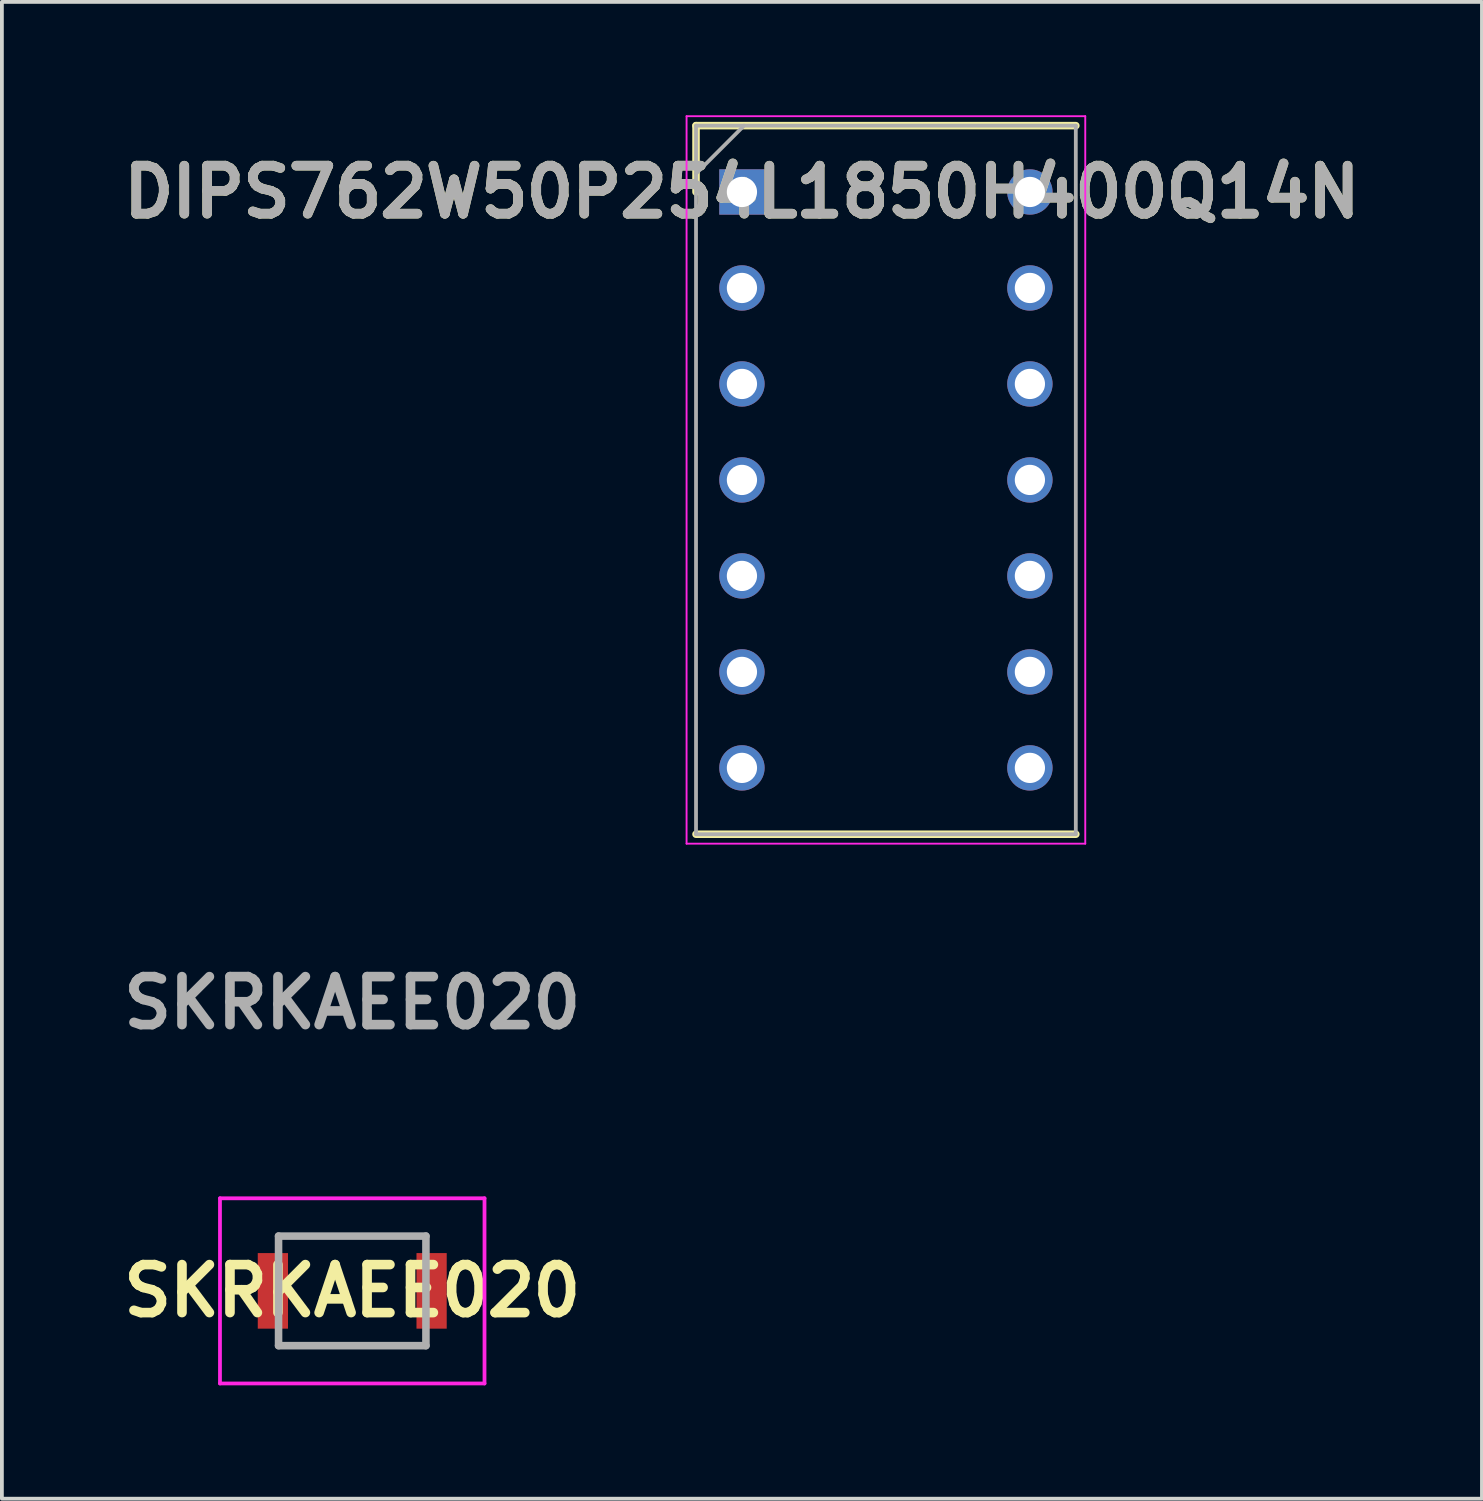
<source format=kicad_pcb>
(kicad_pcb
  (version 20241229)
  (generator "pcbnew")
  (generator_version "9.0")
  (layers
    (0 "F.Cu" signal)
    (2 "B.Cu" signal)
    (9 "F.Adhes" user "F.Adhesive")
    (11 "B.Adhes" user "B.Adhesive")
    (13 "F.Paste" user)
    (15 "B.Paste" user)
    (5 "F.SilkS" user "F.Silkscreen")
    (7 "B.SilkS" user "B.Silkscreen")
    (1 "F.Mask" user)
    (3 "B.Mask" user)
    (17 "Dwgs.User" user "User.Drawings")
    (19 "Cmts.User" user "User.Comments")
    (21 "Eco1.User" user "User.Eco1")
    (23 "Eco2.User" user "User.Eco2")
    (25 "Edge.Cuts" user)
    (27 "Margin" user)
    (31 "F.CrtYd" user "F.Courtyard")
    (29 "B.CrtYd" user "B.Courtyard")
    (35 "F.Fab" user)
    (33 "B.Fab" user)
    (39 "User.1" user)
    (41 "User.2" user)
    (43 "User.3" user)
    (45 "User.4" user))
  (footprint "DIPS762W50P254L1850H400Q14N"
    (layer "F.Cu")
    (at 16.583 2.03)
    (property "Reference" "DIPS762W50P254L1850H400Q14N" (at 0 0 0) (layer "F.SilkS") (effects (font (size 1.27 1.27) (thickness 0.254))))
    (attr through_hole)
    (fp_line (start -1.215 -1.755) (end -1.215 0) (stroke (width 0.2) (type solid)) (layer "F.SilkS"))
    (fp_line (start -1.215 16.995) (end 8.835 16.995) (stroke (width 0.2) (type solid)) (layer "F.SilkS"))
    (fp_line (start 8.835 -1.755) (end -1.215 -1.755) (stroke (width 0.2) (type solid)) (layer "F.SilkS"))
    (fp_line (start -1.465 -2.005) (end 9.085 -2.005) (stroke (width 0.05) (type solid)) (layer "F.CrtYd"))
    (fp_line (start -1.465 17.245) (end -1.465 -2.005) (stroke (width 0.05) (type solid)) (layer "F.CrtYd"))
    (fp_line (start 9.085 -2.005) (end 9.085 17.245) (stroke (width 0.05) (type solid)) (layer "F.CrtYd"))
    (fp_line (start 9.085 17.245) (end -1.465 17.245) (stroke (width 0.05) (type solid)) (layer "F.CrtYd"))
    (fp_line (start -1.215 -1.755) (end 8.835 -1.755) (stroke (width 0.1) (type solid)) (layer "F.Fab"))
    (fp_line (start -1.215 -0.485) (end 0.055 -1.755) (stroke (width 0.1) (type solid)) (layer "F.Fab"))
    (fp_line (start -1.215 16.995) (end -1.215 -1.755) (stroke (width 0.1) (type solid)) (layer "F.Fab"))
    (fp_line (start 8.835 -1.755) (end 8.835 16.995) (stroke (width 0.1) (type solid)) (layer "F.Fab"))
    (fp_line (start 8.835 16.995) (end -1.215 16.995) (stroke (width 0.1) (type solid)) (layer "F.Fab"))
    (fp_text user "${REFERENCE}" (at 0 0 0) (layer "F.Fab") (effects (font (size 1.27 1.27) (thickness 0.254))))
    (pad "1" thru_hole rect (at 0 0) (size 1.2 1.2) (drill 0.8) (layers "*.Cu" "*.Mask"))
    (pad "2" thru_hole circle (at 0 2.54) (size 1.2 1.2) (drill 0.8) (layers "*.Cu" "*.Mask"))
    (pad "3" thru_hole circle (at 0 5.08) (size 1.2 1.2) (drill 0.8) (layers "*.Cu" "*.Mask"))
    (pad "4" thru_hole circle (at 0 7.62) (size 1.2 1.2) (drill 0.8) (layers "*.Cu" "*.Mask"))
    (pad "5" thru_hole circle (at 0 10.16) (size 1.2 1.2) (drill 0.8) (layers "*.Cu" "*.Mask"))
    (pad "6" thru_hole circle (at 0 12.7) (size 1.2 1.2) (drill 0.8) (layers "*.Cu" "*.Mask"))
    (pad "7" thru_hole circle (at 0 15.24) (size 1.2 1.2) (drill 0.8) (layers "*.Cu" "*.Mask"))
    (pad "8" thru_hole circle (at 7.62 15.24) (size 1.2 1.2) (drill 0.8) (layers "*.Cu" "*.Mask"))
    (pad "9" thru_hole circle (at 7.62 12.7) (size 1.2 1.2) (drill 0.8) (layers "*.Cu" "*.Mask"))
    (pad "10" thru_hole circle (at 7.62 10.16) (size 1.2 1.2) (drill 0.8) (layers "*.Cu" "*.Mask"))
    (pad "11" thru_hole circle (at 7.62 7.62) (size 1.2 1.2) (drill 0.8) (layers "*.Cu" "*.Mask"))
    (pad "12" thru_hole circle (at 7.62 5.08) (size 1.2 1.2) (drill 0.8) (layers "*.Cu" "*.Mask"))
    (pad "13" thru_hole circle (at 7.62 2.54) (size 1.2 1.2) (drill 0.8) (layers "*.Cu" "*.Mask"))
    (pad "14" thru_hole circle (at 7.62 0) (size 1.2 1.2) (drill 0.8) (layers "*.Cu" "*.Mask")))
  (footprint "SKRKAEE020"
    (layer "F.Cu")
    (at 6.271 31.109)
    (property "Reference" "SKRKAEE020" (at 0 0 0) (layer "F.SilkS") (effects (font (size 1.27 1.27) (thickness 0.254))))
    (attr smd)
    (fp_line (start -1.95 -1.45) (end 1.95 -1.45) (stroke (width 0.1) (type solid)) (layer "F.SilkS"))
    (fp_line (start -1.95 1.45) (end 1.95 1.45) (stroke (width 0.1) (type solid)) (layer "F.SilkS"))
    (fp_line (start -3.5 -2.45) (end 3.5 -2.45) (stroke (width 0.1) (type solid)) (layer "F.CrtYd"))
    (fp_line (start -3.5 2.45) (end -3.5 -2.45) (stroke (width 0.1) (type solid)) (layer "F.CrtYd"))
    (fp_line (start 3.5 -2.45) (end 3.5 2.45) (stroke (width 0.1) (type solid)) (layer "F.CrtYd"))
    (fp_line (start 3.5 2.45) (end -3.5 2.45) (stroke (width 0.1) (type solid)) (layer "F.CrtYd"))
    (fp_line (start -1.95 -1.45) (end 1.95 -1.45) (stroke (width 0.2) (type solid)) (layer "F.Fab"))
    (fp_line (start -1.95 1.45) (end -1.95 -1.45) (stroke (width 0.2) (type solid)) (layer "F.Fab"))
    (fp_line (start 1.95 -1.45) (end 1.95 1.45) (stroke (width 0.2) (type solid)) (layer "F.Fab"))
    (fp_line (start 1.95 1.45) (end -1.95 1.45) (stroke (width 0.2) (type solid)) (layer "F.Fab"))
    (fp_text user "${REFERENCE}" (at 0 -7.62 0) (layer "F.Fab") (effects (font (size 1.27 1.27) (thickness 0.254))))
    (pad "1" smd rect (at -2.1 0) (size 0.8 2) (layers "F.Cu" "F.Mask" "F.Paste"))
    (pad "2" smd rect (at 2.1 0) (size 0.8 2) (layers "F.Cu" "F.Mask" "F.Paste")))
  (gr_rect
    (start -3 -3)
    (end 36.165 36.609)
    (stroke (width 0.1) (type default))
    (fill no)
    (layer "Edge.Cuts")))
</source>
